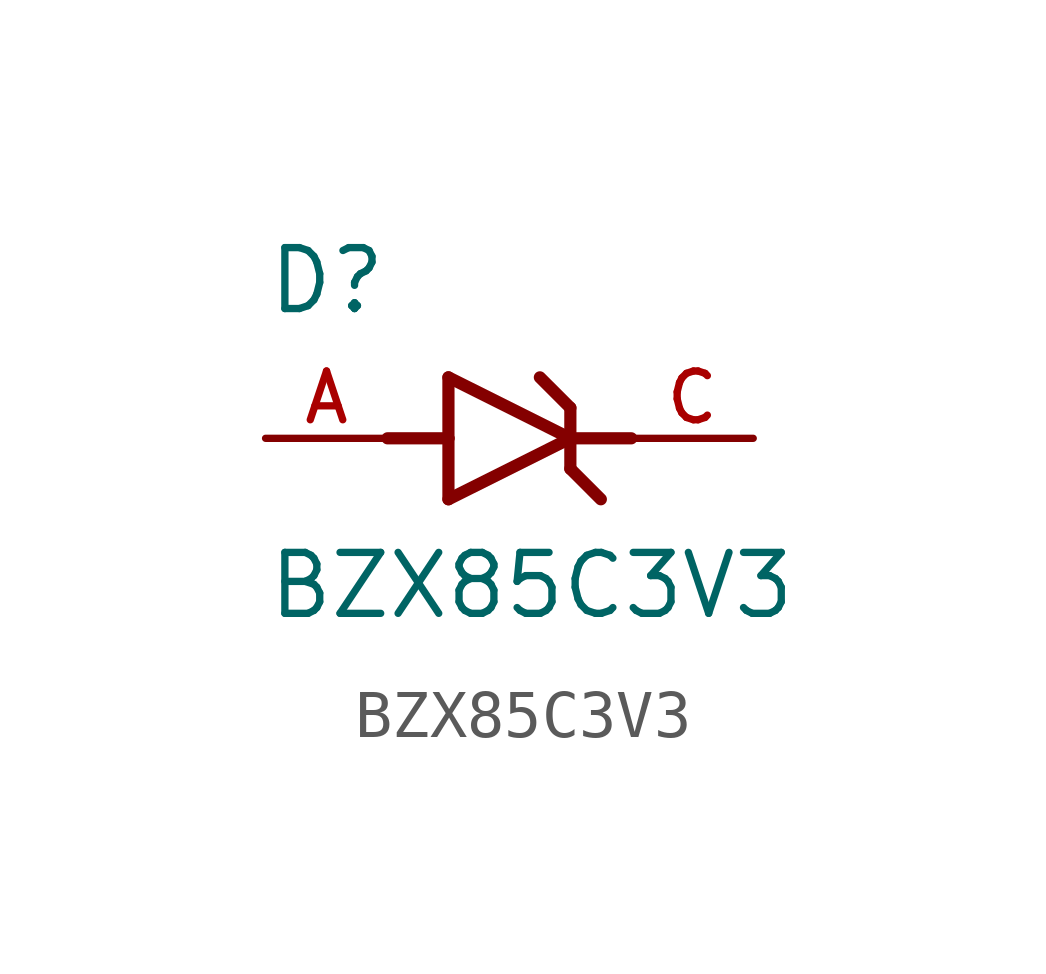
<source format=kicad_sym>
(kicad_symbol_lib
  (version 20211014)
  (generator kicad_symbol_editor)
  (symbol "BZX85C3V3"
    (pin_names
      (offset 1.016))
    (property "Reference" "D"
      (at -5.08 2.54 0)
      (effects (font (size 1.27 1.27)) (justify bottom left)))
    (property "Value" "BZX85C3V3"
      (at -5.08 -3.81 0)
      (effects (font (size 1.27 1.27)) (justify bottom left)))
    (symbol "BZX85C3V3_0_0"
      (polyline (pts (xy -1.27 -1.27) (xy 1.27 0.0)) (stroke (width 0.254)))
      (polyline (pts (xy 1.27 0.0) (xy -1.27 1.27)) (stroke (width 0.254)))
      (polyline (pts (xy 1.27 0.635) (xy 1.27 0.0)) (stroke (width 0.254)))
      (polyline (pts (xy -1.27 1.27) (xy -1.27 0.0)) (stroke (width 0.254)))
      (polyline (pts (xy -1.27 0.0) (xy -1.27 -1.27)) (stroke (width 0.254)))
      (polyline (pts (xy 1.27 0.0) (xy 1.27 -0.635)) (stroke (width 0.254)))
      (polyline (pts (xy -2.54 0.0) (xy -1.27 0.0)) (stroke (width 0.254)))
      (polyline (pts (xy 2.54 0.0) (xy 1.27 0.0)) (stroke (width 0.254)))
      (polyline (pts (xy 0.635 1.27) (xy 1.27 0.635)) (stroke (width 0.254)))
      (polyline (pts (xy 1.27 -0.635) (xy 1.905 -1.27)) (stroke (width 0.254)))
      (pin passive line (at 5.08 0.0 180.0) (length 2.54) (name "~" (effects (font (size 1.016 1.016)))) (number "C" (effects (font (size 1.016 1.016)))))
      (pin passive line (at -5.08 0.0 0) (length 2.54) (name "~" (effects (font (size 1.016 1.016)))) (number "A" (effects (font (size 1.016 1.016))))))))
</source>
